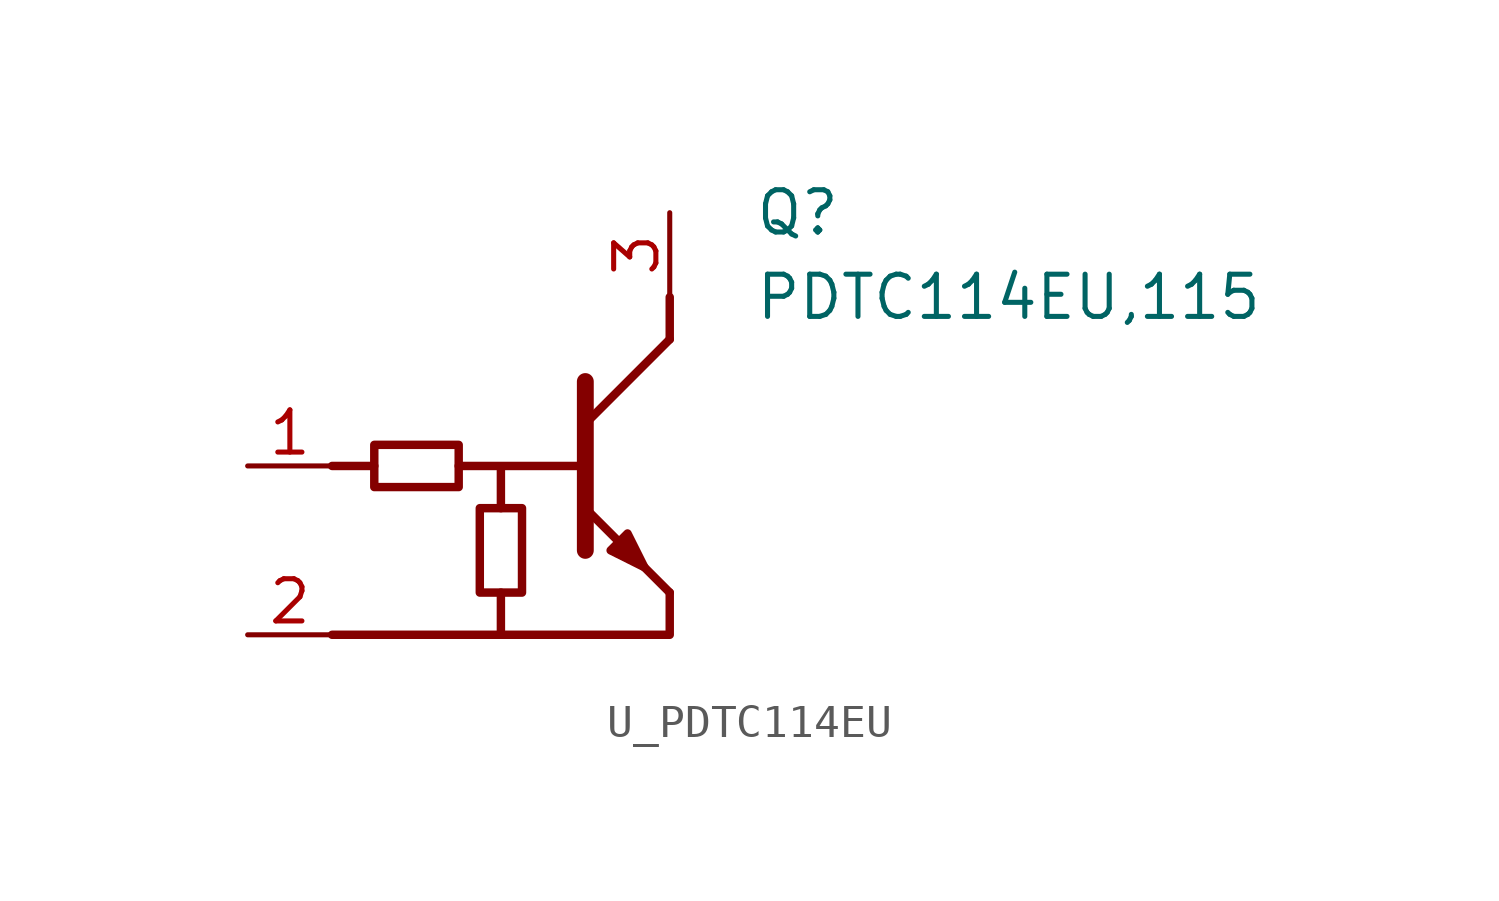
<source format=kicad_sym>
(kicad_symbol_lib
  (version 20231120)
  (generator "kicad_symbol_editor")
  (generator_version "8.0")
  (symbol "U_PDTC114EU"
    (pin_names hide)
    (property "Reference" "Q"
      (at 5.08 7.62 0)
      (effects (font (size 1.27 1.27)) (justify left)))
    (property "Value" "PDTC114EU,115"
      (at 5.08 5.08 0)
      (effects (font (size 1.27 1.27)) (justify left)))
    (symbol "U_PDTC114EU_1_1"
      (rectangle (start -6.35 0.635) (end -3.81 -0.635) (stroke (width 0.254) (type default)) (fill (type none)))
      (rectangle (start -3.175 -1.27) (end -1.905 -3.81) (stroke (width 0.254) (type default)) (fill (type none)))
      (polyline (pts (xy -6.35 0) (xy -7.62 0)) (stroke (width 0.254) (type default)) (fill (type none)))
      (polyline (pts (xy 0 -1.27) (xy 2.54 -3.81)) (stroke (width 0.254) (type default)) (fill (type none)))
      (polyline (pts (xy 0 1.27) (xy 2.54 3.81)) (stroke (width 0.254) (type default)) (fill (type none)))
      (polyline (pts (xy 0 2.54) (xy 0 -2.54)) (stroke (width 0.508) (type default)) (fill (type none)))
      (polyline (pts (xy 2.54 3.81) (xy 2.54 5.08)) (stroke (width 0.254) (type default)) (fill (type none)))
      (polyline (pts (xy 0.762 -2.54) (xy 1.27 -2.032) (xy 1.778 -3.048) (xy 0.762 -2.54)) (stroke (width 0.254) (type default)) (fill (type outline)))
      (polyline (pts (xy -3.81 0) (xy -2.54 0) (xy -2.54 -1.27) (xy -2.54 0) (xy 0 0)) (stroke (width 0.254) (type default)) (fill (type none)))
      (polyline (pts (xy 2.54 -3.81) (xy 2.54 -5.08) (xy -7.62 -5.08) (xy -2.54 -5.08) (xy -2.54 -3.81)) (stroke (width 0.254) (type default)) (fill (type none)))
      (pin passive line (at -10.16 0 0) (length 2.54) (name "B" (effects (font (size 1.27 1.27)))) (number "1" (effects (font (size 1.27 1.27)))))
      (pin passive line (at -10.16 -5.08 0) (length 2.54) (name "E" (effects (font (size 1.27 1.27)))) (number "2" (effects (font (size 1.27 1.27)))))
      (pin passive line (at 2.54 7.62 270) (length 2.54) (name "C" (effects (font (size 1.27 1.27)))) (number "3" (effects (font (size 1.27 1.27))))))))
</source>
